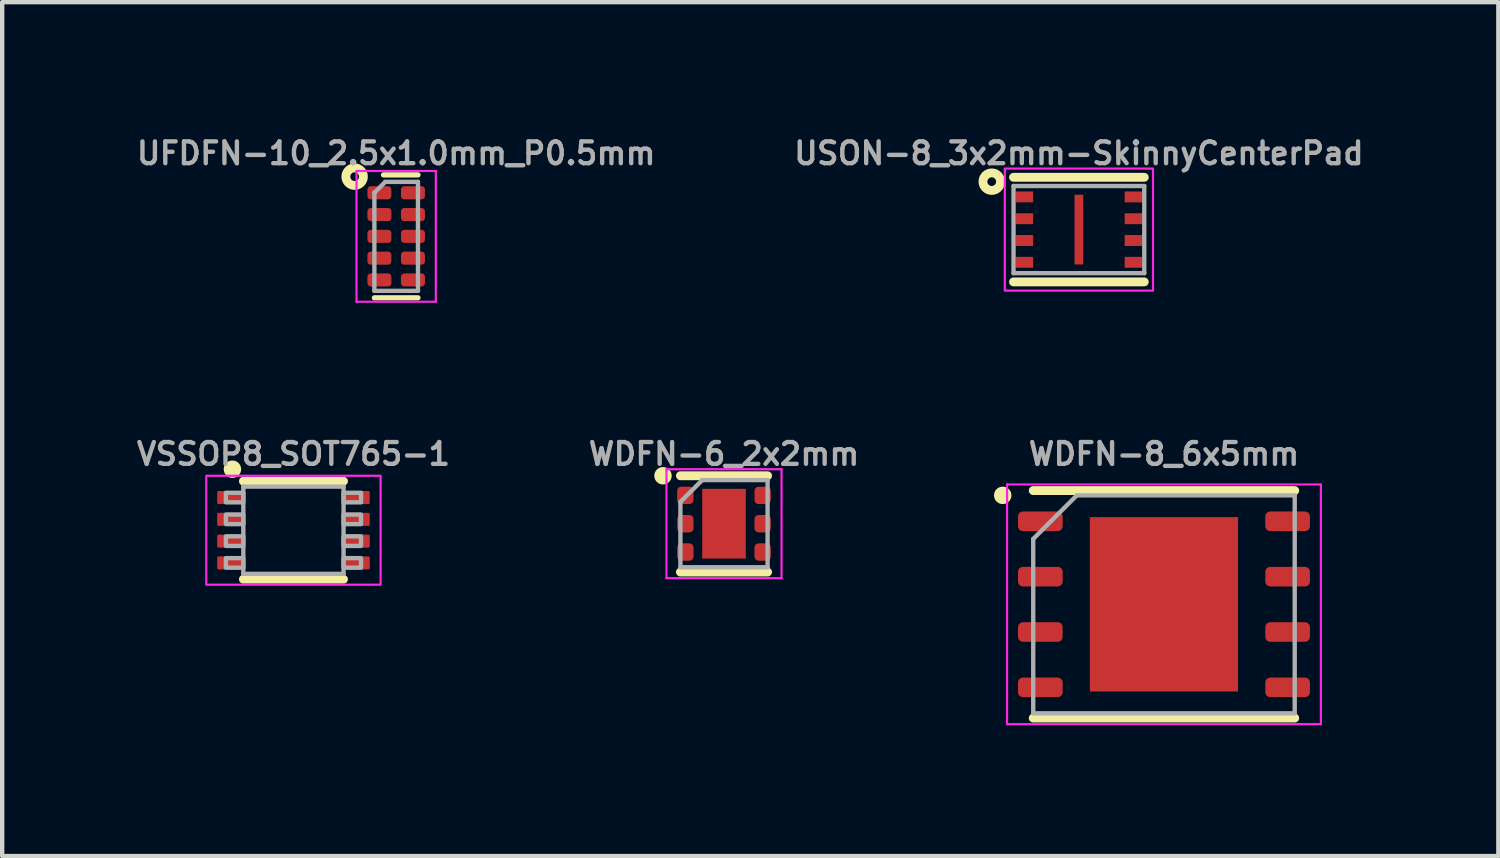
<source format=kicad_pcb>
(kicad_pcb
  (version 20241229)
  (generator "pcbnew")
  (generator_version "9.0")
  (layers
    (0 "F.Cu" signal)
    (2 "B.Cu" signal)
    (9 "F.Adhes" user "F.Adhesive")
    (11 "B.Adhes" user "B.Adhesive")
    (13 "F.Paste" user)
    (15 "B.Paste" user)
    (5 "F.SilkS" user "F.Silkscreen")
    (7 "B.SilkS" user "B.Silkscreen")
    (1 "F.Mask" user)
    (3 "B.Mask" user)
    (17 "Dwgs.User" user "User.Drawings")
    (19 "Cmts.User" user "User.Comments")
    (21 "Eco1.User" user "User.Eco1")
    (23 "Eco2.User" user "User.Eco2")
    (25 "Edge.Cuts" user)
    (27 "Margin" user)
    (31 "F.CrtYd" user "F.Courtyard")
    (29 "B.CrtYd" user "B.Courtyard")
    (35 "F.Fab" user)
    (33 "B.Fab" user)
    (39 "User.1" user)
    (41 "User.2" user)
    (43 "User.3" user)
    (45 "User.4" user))
  (footprint "WDFN-8_6x5mm"
    (layer "F.Cu")
    (at 23.657 10.816)
    (property "Reference" "WDFN-8_6x5mm" (at 0 -3.45 0) (layer "F.Fab") (effects (font (size 0.5 0.5) (thickness 0.1))))
    (attr smd)
    (fp_line (start -3 -2.61) (end 3 -2.61) (stroke (width 0.203) (type solid)) (layer "F.SilkS"))
    (fp_line (start -3 2.61) (end 3 2.61) (stroke (width 0.203) (type solid)) (layer "F.SilkS"))
    (fp_circle (center -3.7 -2.5) (end -3.8 -2.5) (stroke (width 0.2) (type solid)) (fill yes) (layer "F.SilkS"))
    (fp_line (start -3.6 -2.75) (end -3.6 2.75) (stroke (width 0.05) (type solid)) (layer "F.CrtYd"))
    (fp_line (start -3.6 2.75) (end 3.6 2.75) (stroke (width 0.05) (type solid)) (layer "F.CrtYd"))
    (fp_line (start 3.6 -2.75) (end -3.6 -2.75) (stroke (width 0.05) (type solid)) (layer "F.CrtYd"))
    (fp_line (start 3.6 2.75) (end 3.6 -2.75) (stroke (width 0.05) (type solid)) (layer "F.CrtYd"))
    (fp_line (start -3 -1.5) (end -2 -2.5) (stroke (width 0.1) (type solid)) (layer "F.Fab"))
    (fp_line (start -3 2.5) (end -3 -1.5) (stroke (width 0.1) (type solid)) (layer "F.Fab"))
    (fp_line (start -2 -2.5) (end 3 -2.5) (stroke (width 0.1) (type solid)) (layer "F.Fab"))
    (fp_line (start 3 -2.5) (end 3 2.5) (stroke (width 0.1) (type solid)) (layer "F.Fab"))
    (fp_line (start 3 2.5) (end -3 2.5) (stroke (width 0.1) (type solid)) (layer "F.Fab"))
    (pad "" smd roundrect (at -0.85 -1) (size 1.37 1.61) (layers "F.Paste") (roundrect_rratio 0.182))
    (pad "" smd roundrect (at -0.85 1) (size 1.37 1.61) (layers "F.Paste") (roundrect_rratio 0.182))
    (pad "" smd roundrect (at 0.85 -1) (size 1.37 1.61) (layers "F.Paste") (roundrect_rratio 0.182))
    (pad "" smd roundrect (at 0.85 1) (size 1.37 1.61) (layers "F.Paste") (roundrect_rratio 0.182))
    (pad "1" smd roundrect (at -2.837 -1.905) (size 1.025 0.45) (layers "F.Cu" "F.Mask" "F.Paste") (roundrect_rratio 0.25))
    (pad "2" smd roundrect (at -2.837 -0.635) (size 1.025 0.45) (layers "F.Cu" "F.Mask" "F.Paste") (roundrect_rratio 0.25))
    (pad "3" smd roundrect (at -2.837 0.635) (size 1.025 0.45) (layers "F.Cu" "F.Mask" "F.Paste") (roundrect_rratio 0.25))
    (pad "4" smd roundrect (at -2.837 1.905) (size 1.025 0.45) (layers "F.Cu" "F.Mask" "F.Paste") (roundrect_rratio 0.25))
    (pad "5" smd roundrect (at 2.837 1.905) (size 1.025 0.45) (layers "F.Cu" "F.Mask" "F.Paste") (roundrect_rratio 0.25))
    (pad "6" smd roundrect (at 2.837 0.635) (size 1.025 0.45) (layers "F.Cu" "F.Mask" "F.Paste") (roundrect_rratio 0.25))
    (pad "7" smd roundrect (at 2.837 -0.635) (size 1.025 0.45) (layers "F.Cu" "F.Mask" "F.Paste") (roundrect_rratio 0.25))
    (pad "8" smd roundrect (at 2.837 -1.905) (size 1.025 0.45) (layers "F.Cu" "F.Mask" "F.Paste") (roundrect_rratio 0.25))
    (pad "EP" smd rect (at 0 0) (size 3.4 4) (layers "F.Cu" "F.Mask")))
  (footprint "UFDFN-10_2.5x1.0mm_P0.5mm"
    (layer "F.Cu")
    (at 6.04 2.373)
    (property "Reference" "UFDFN-10_2.5x1.0mm_P0.5mm" (at 0 -1.905 0) (layer "F.Fab") (effects (font (size 0.5 0.5) (thickness 0.1))))
    (attr smd)
    (fp_line (start 0.5 -1.41) (end -0.29 -1.41) (stroke (width 0.12) (type solid)) (layer "F.SilkS"))
    (fp_line (start 0.5 1.41) (end -0.5 1.41) (stroke (width 0.12) (type solid)) (layer "F.SilkS"))
    (fp_circle (center -0.953 -1.37) (end -0.853 -1.37) (stroke (width 0.203) (type solid)) (fill no) (layer "F.SilkS"))
    (fp_line (start -0.91 -1.5) (end 0.91 -1.5) (stroke (width 0.05) (type solid)) (layer "F.CrtYd"))
    (fp_line (start -0.91 1.5) (end -0.91 -1.5) (stroke (width 0.05) (type solid)) (layer "F.CrtYd"))
    (fp_line (start 0.91 -1.5) (end 0.91 1.5) (stroke (width 0.05) (type solid)) (layer "F.CrtYd"))
    (fp_line (start 0.91 1.5) (end -0.91 1.5) (stroke (width 0.05) (type solid)) (layer "F.CrtYd"))
    (fp_line (start -0.5 -1) (end -0.5 1.25) (stroke (width 0.1) (type solid)) (layer "F.Fab"))
    (fp_line (start -0.5 1.25) (end 0.5 1.25) (stroke (width 0.1) (type solid)) (layer "F.Fab"))
    (fp_line (start -0.25 -1.25) (end -0.5 -1) (stroke (width 0.1) (type solid)) (layer "F.Fab"))
    (fp_line (start 0.5 -1.25) (end -0.25 -1.25) (stroke (width 0.1) (type solid)) (layer "F.Fab"))
    (fp_line (start 0.5 -1.25) (end 0.5 1.25) (stroke (width 0.1) (type solid)) (layer "F.Fab"))
    (pad "1" smd roundrect (at -0.385 -1 270) (size 0.3 0.55) (layers "F.Cu" "F.Mask" "F.Paste") (roundrect_rratio 0.25))
    (pad "2" smd roundrect (at -0.385 -0.5 270) (size 0.3 0.55) (layers "F.Cu" "F.Mask" "F.Paste") (roundrect_rratio 0.25))
    (pad "3" smd roundrect (at -0.385 0 270) (size 0.3 0.55) (layers "F.Cu" "F.Mask" "F.Paste") (roundrect_rratio 0.25))
    (pad "4" smd roundrect (at -0.385 0.5 270) (size 0.3 0.55) (layers "F.Cu" "F.Mask" "F.Paste") (roundrect_rratio 0.25))
    (pad "5" smd roundrect (at -0.385 1 270) (size 0.3 0.55) (layers "F.Cu" "F.Mask" "F.Paste") (roundrect_rratio 0.25))
    (pad "6" smd roundrect (at 0.385 1 270) (size 0.3 0.55) (layers "F.Cu" "F.Mask" "F.Paste") (roundrect_rratio 0.25))
    (pad "7" smd roundrect (at 0.385 0.5 270) (size 0.3 0.55) (layers "F.Cu" "F.Mask" "F.Paste") (roundrect_rratio 0.25))
    (pad "8" smd roundrect (at 0.385 0 270) (size 0.3 0.55) (layers "F.Cu" "F.Mask" "F.Paste") (roundrect_rratio 0.25))
    (pad "9" smd roundrect (at 0.385 -0.5 270) (size 0.3 0.55) (layers "F.Cu" "F.Mask" "F.Paste") (roundrect_rratio 0.25))
    (pad "10" smd roundrect (at 0.385 -1 270) (size 0.3 0.55) (layers "F.Cu" "F.Mask" "F.Paste") (roundrect_rratio 0.25)))
  (footprint "VSSOP8_SOT765-1"
    (layer "F.Cu")
    (at 3.683 9.116)
    (property "Reference" "VSSOP8_SOT765-1" (at 0 -1.75 0) (layer "F.Fab") (effects (font (size 0.5 0.5) (thickness 0.1) (bold yes))))
    (attr smd allow_soldermask_bridges)
    (fp_line (start -1.15 -1.125) (end 1.15 -1.125) (stroke (width 0.2) (type solid)) (layer "F.SilkS"))
    (fp_line (start 1.15 1.125) (end -1.15 1.125) (stroke (width 0.2) (type solid)) (layer "F.SilkS"))
    (fp_circle (center -1.4 -1.4) (end -1.3 -1.4) (stroke (width 0.2) (type solid)) (fill no) (layer "F.SilkS"))
    (fp_rect (start -2 -1.25) (end 2 1.25) (stroke (width 0.05) (type default)) (fill no) (layer "F.CrtYd"))
    (fp_line (start -1.15 -1) (end 1.15 -1) (stroke (width 0.1) (type solid)) (layer "F.Fab"))
    (fp_line (start -1.15 1) (end -1.15 -1) (stroke (width 0.1) (type solid)) (layer "F.Fab"))
    (fp_line (start 1.15 -1) (end 1.15 1) (stroke (width 0.1) (type solid)) (layer "F.Fab"))
    (fp_line (start 1.15 1) (end -1.15 1) (stroke (width 0.1) (type solid)) (layer "F.Fab"))
    (fp_poly (pts (xy -1.55 -0.64) (xy -1.15 -0.64) (xy -1.15 -0.86) (xy -1.55 -0.86)) (stroke (width 0.1) (type default)) (fill no) (layer "F.Fab"))
    (fp_poly (pts (xy -1.55 -0.14) (xy -1.15 -0.14) (xy -1.15 -0.36) (xy -1.55 -0.36)) (stroke (width 0.1) (type default)) (fill no) (layer "F.Fab"))
    (fp_poly (pts (xy -1.55 0.36) (xy -1.15 0.36) (xy -1.15 0.14) (xy -1.55 0.14)) (stroke (width 0.1) (type default)) (fill no) (layer "F.Fab"))
    (fp_poly (pts (xy -1.55 0.86) (xy -1.15 0.86) (xy -1.15 0.64) (xy -1.55 0.64)) (stroke (width 0.1) (type default)) (fill no) (layer "F.Fab"))
    (fp_poly (pts (xy 1.15 -0.64) (xy 1.55 -0.64) (xy 1.55 -0.86) (xy 1.15 -0.86)) (stroke (width 0.1) (type default)) (fill no) (layer "F.Fab"))
    (fp_poly (pts (xy 1.15 -0.14) (xy 1.55 -0.14) (xy 1.55 -0.36) (xy 1.15 -0.36)) (stroke (width 0.1) (type default)) (fill no) (layer "F.Fab"))
    (fp_poly (pts (xy 1.15 0.36) (xy 1.55 0.36) (xy 1.55 0.14) (xy 1.15 0.14)) (stroke (width 0.1) (type default)) (fill no) (layer "F.Fab"))
    (fp_poly (pts (xy 1.15 0.86) (xy 1.55 0.86) (xy 1.55 0.64) (xy 1.15 0.64)) (stroke (width 0.1) (type default)) (fill no) (layer "F.Fab"))
    (pad "1" smd roundrect (at -1.475 -0.75) (size 0.55 0.3) (layers "F.Cu" "F.Mask" "F.Paste") (roundrect_rratio 0.1))
    (pad "2" smd roundrect (at -1.475 -0.25) (size 0.55 0.3) (layers "F.Cu" "F.Mask" "F.Paste") (roundrect_rratio 0.1))
    (pad "3" smd roundrect (at -1.475 0.25) (size 0.55 0.3) (layers "F.Cu" "F.Mask" "F.Paste") (roundrect_rratio 0.1))
    (pad "4" smd roundrect (at -1.475 0.75) (size 0.55 0.3) (layers "F.Cu" "F.Mask" "F.Paste") (roundrect_rratio 0.1))
    (pad "5" smd roundrect (at 1.475 0.75) (size 0.55 0.3) (layers "F.Cu" "F.Mask" "F.Paste") (roundrect_rratio 0.1))
    (pad "6" smd roundrect (at 1.475 0.25) (size 0.55 0.3) (layers "F.Cu" "F.Mask" "F.Paste") (roundrect_rratio 0.1))
    (pad "7" smd roundrect (at 1.475 -0.25) (size 0.55 0.3) (layers "F.Cu" "F.Mask" "F.Paste") (roundrect_rratio 0.1))
    (pad "8" smd roundrect (at 1.475 -0.75) (size 0.55 0.3) (layers "F.Cu" "F.Mask" "F.Paste") (roundrect_rratio 0.1)))
  (footprint "USON-8_3x2mm-SkinnyCenterPad"
    (layer "F.Cu")
    (at 21.705 2.218)
    (property "Reference" "USON-8_3x2mm-SkinnyCenterPad" (at 0 -1.75 0) (layer "F.Fab") (effects (font (size 0.5 0.5) (thickness 0.1))))
    (attr smd)
    (fp_line (start -1.5 1.2) (end 1.5 1.2) (stroke (width 0.203) (type solid)) (layer "F.SilkS"))
    (fp_line (start 1.5 -1.2) (end -1.5 -1.2) (stroke (width 0.203) (type solid)) (layer "F.SilkS"))
    (fp_circle (center -2 -1.1) (end -1.9 -1.1) (stroke (width 0.203) (type solid)) (fill no) (layer "F.SilkS"))
    (fp_poly (pts (xy -1.4 -0.65) (xy -1.1 -0.65) (xy -1.1 -0.85) (xy -1.4 -0.85)) (stroke (width 0) (type default)) (fill yes) (layer "F.Paste"))
    (fp_poly (pts (xy -1.4 -0.15) (xy -1.1 -0.15) (xy -1.1 -0.35) (xy -1.4 -0.35)) (stroke (width 0) (type default)) (fill yes) (layer "F.Paste"))
    (fp_poly (pts (xy -1.4 0.35) (xy -1.1 0.35) (xy -1.1 0.15) (xy -1.4 0.15)) (stroke (width 0) (type default)) (fill yes) (layer "F.Paste"))
    (fp_poly (pts (xy -1.4 0.85) (xy -1.1 0.85) (xy -1.1 0.65) (xy -1.4 0.65)) (stroke (width 0) (type default)) (fill yes) (layer "F.Paste"))
    (fp_poly (pts (xy -0.1 0.6) (xy 0.1 0.6) (xy 0.1 -0.6) (xy -0.1 -0.6)) (stroke (width 0) (type default)) (fill yes) (layer "F.Paste"))
    (fp_poly (pts (xy 1.1 -0.65) (xy 1.4 -0.65) (xy 1.4 -0.85) (xy 1.1 -0.85)) (stroke (width 0) (type default)) (fill yes) (layer "F.Paste"))
    (fp_poly (pts (xy 1.1 -0.15) (xy 1.4 -0.15) (xy 1.4 -0.35) (xy 1.1 -0.35)) (stroke (width 0) (type default)) (fill yes) (layer "F.Paste"))
    (fp_poly (pts (xy 1.1 0.35) (xy 1.4 0.35) (xy 1.4 0.15) (xy 1.1 0.15)) (stroke (width 0) (type default)) (fill yes) (layer "F.Paste"))
    (fp_poly (pts (xy 1.1 0.85) (xy 1.4 0.85) (xy 1.4 0.65) (xy 1.1 0.65)) (stroke (width 0) (type default)) (fill yes) (layer "F.Paste"))
    (fp_rect (start -1.7 -1.4) (end 1.7 1.4) (stroke (width 0.05) (type default)) (fill no) (layer "F.CrtYd"))
    (fp_line (start -1.5 -1) (end -1.5 1) (stroke (width 0.1) (type solid)) (layer "F.Fab"))
    (fp_line (start -1.5 1) (end 1.5 1) (stroke (width 0.1) (type solid)) (layer "F.Fab"))
    (fp_line (start 1.5 -1) (end -1.5 -1) (stroke (width 0.1) (type solid)) (layer "F.Fab"))
    (fp_line (start 1.5 1) (end 1.5 -1) (stroke (width 0.1) (type solid)) (layer "F.Fab"))
    (pad "1" smd rect (at -1.25 -0.75) (size 0.4 0.25) (layers "F.Cu" "F.Mask"))
    (pad "2" smd rect (at -1.25 -0.25) (size 0.4 0.25) (layers "F.Cu" "F.Mask"))
    (pad "3" smd rect (at -1.25 0.25) (size 0.4 0.25) (layers "F.Cu" "F.Mask"))
    (pad "4" smd rect (at -1.25 0.75) (size 0.4 0.25) (layers "F.Cu" "F.Mask"))
    (pad "5" smd rect (at 1.25 0.75) (size 0.4 0.25) (layers "F.Cu" "F.Mask"))
    (pad "6" smd rect (at 1.25 0.25) (size 0.4 0.25) (layers "F.Cu" "F.Mask"))
    (pad "7" smd rect (at 1.25 -0.25) (size 0.4 0.25) (layers "F.Cu" "F.Mask"))
    (pad "8" smd rect (at 1.25 -0.75) (size 0.4 0.25) (layers "F.Cu" "F.Mask"))
    (pad "9" smd rect (at 0 0) (size 0.2 1.6) (layers "F.Cu" "F.Mask")))
  (footprint "WDFN-6_2x2mm"
    (layer "F.Cu")
    (at 13.562 8.966)
    (property "Reference" "WDFN-6_2x2mm" (at 0 -1.6 0) (layer "F.Fab") (effects (font (size 0.5 0.5) (thickness 0.1))))
    (attr smd)
    (fp_line (start -1 -1.1) (end 1 -1.1) (stroke (width 0.203) (type solid)) (layer "F.SilkS"))
    (fp_line (start -1 1.11) (end 1 1.11) (stroke (width 0.203) (type solid)) (layer "F.SilkS"))
    (fp_circle (center -1.4 -1.1) (end -1.5 -1.1) (stroke (width 0.2) (type solid)) (fill yes) (layer "F.SilkS"))
    (fp_line (start -1.32 -1.25) (end -1.32 1.25) (stroke (width 0.05) (type solid)) (layer "F.CrtYd"))
    (fp_line (start -1.32 1.25) (end 1.32 1.25) (stroke (width 0.05) (type solid)) (layer "F.CrtYd"))
    (fp_line (start 1.32 -1.25) (end -1.32 -1.25) (stroke (width 0.05) (type solid)) (layer "F.CrtYd"))
    (fp_line (start 1.32 1.25) (end 1.32 -1.25) (stroke (width 0.05) (type solid)) (layer "F.CrtYd"))
    (fp_line (start -1 -0.5) (end -0.5 -1) (stroke (width 0.1) (type solid)) (layer "F.Fab"))
    (fp_line (start -1 1) (end -1 -0.5) (stroke (width 0.1) (type solid)) (layer "F.Fab"))
    (fp_line (start -0.5 -1) (end 1 -1) (stroke (width 0.1) (type solid)) (layer "F.Fab"))
    (fp_line (start 1 -1) (end 1 1) (stroke (width 0.1) (type solid)) (layer "F.Fab"))
    (fp_line (start 1 1) (end -1 1) (stroke (width 0.1) (type solid)) (layer "F.Fab"))
    (pad "" smd roundrect (at 0 -0.4) (size 0.81 0.64) (layers "F.Paste") (roundrect_rratio 0.25))
    (pad "" smd roundrect (at 0 0.4) (size 0.81 0.64) (layers "F.Paste") (roundrect_rratio 0.25))
    (pad "1" smd roundrect (at -0.887 -0.65) (size 0.375 0.4) (layers "F.Cu" "F.Mask" "F.Paste") (roundrect_rratio 0.25))
    (pad "2" smd roundrect (at -0.887 0) (size 0.375 0.4) (layers "F.Cu" "F.Mask" "F.Paste") (roundrect_rratio 0.25))
    (pad "3" smd roundrect (at -0.887 0.65) (size 0.375 0.4) (layers "F.Cu" "F.Mask" "F.Paste") (roundrect_rratio 0.25))
    (pad "4" smd roundrect (at 0.887 0.65) (size 0.375 0.4) (layers "F.Cu" "F.Mask" "F.Paste") (roundrect_rratio 0.25))
    (pad "5" smd roundrect (at 0.887 0) (size 0.375 0.4) (layers "F.Cu" "F.Mask" "F.Paste") (roundrect_rratio 0.25))
    (pad "6" smd roundrect (at 0.887 -0.65) (size 0.375 0.4) (layers "F.Cu" "F.Mask" "F.Paste") (roundrect_rratio 0.25))
    (pad "7" smd rect (at 0 0) (size 1 1.6) (layers "F.Cu" "F.Mask")))
  (gr_rect
    (start -3 -3)
    (end 31.329 16.591)
    (stroke (width 0.1) (type default))
    (fill no)
    (layer "Edge.Cuts")))
</source>
